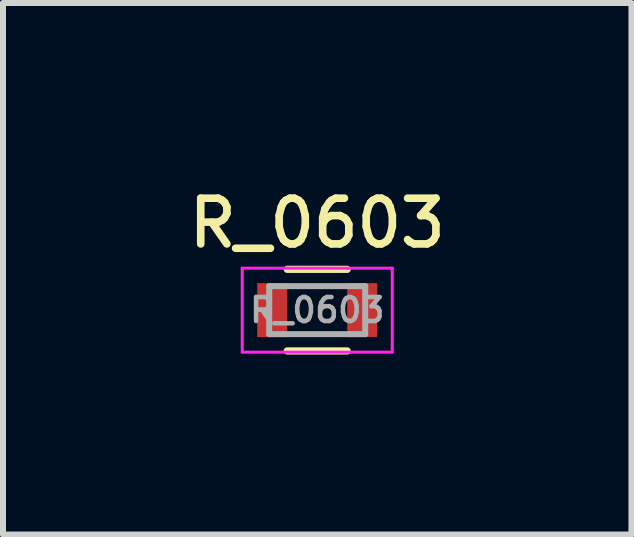
<source format=kicad_pcb>
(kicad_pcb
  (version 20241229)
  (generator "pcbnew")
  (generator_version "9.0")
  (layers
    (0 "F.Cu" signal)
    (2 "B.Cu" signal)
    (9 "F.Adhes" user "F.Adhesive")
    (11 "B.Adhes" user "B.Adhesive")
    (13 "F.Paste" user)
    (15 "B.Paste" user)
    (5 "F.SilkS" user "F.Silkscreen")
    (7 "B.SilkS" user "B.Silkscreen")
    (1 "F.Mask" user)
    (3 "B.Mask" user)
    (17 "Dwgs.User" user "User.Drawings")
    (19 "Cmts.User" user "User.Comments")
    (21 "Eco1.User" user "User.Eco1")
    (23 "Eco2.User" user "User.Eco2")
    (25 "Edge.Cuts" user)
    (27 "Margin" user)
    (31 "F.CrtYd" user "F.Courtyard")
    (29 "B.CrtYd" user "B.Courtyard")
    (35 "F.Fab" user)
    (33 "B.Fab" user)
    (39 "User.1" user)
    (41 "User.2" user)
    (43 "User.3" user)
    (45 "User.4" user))
  (footprint "R_0603"
    (layer "F.Cu")
    (at 2.237 2.119)
    (property "Reference" "R_0603" (at 0 -1.45 0) (layer "F.SilkS") (effects (font (size 0.762 0.762) (thickness 0.127))))
    (attr smd)
    (fp_line (start -0.5 -0.68) (end 0.5 -0.68) (stroke (width 0.12) (type solid)) (layer "F.SilkS"))
    (fp_line (start 0.5 0.68) (end -0.5 0.68) (stroke (width 0.12) (type solid)) (layer "F.SilkS"))
    (fp_line (start -1.25 -0.7) (end -1.25 0.7) (stroke (width 0.05) (type solid)) (layer "F.CrtYd"))
    (fp_line (start -1.25 -0.7) (end 1.25 -0.7) (stroke (width 0.05) (type solid)) (layer "F.CrtYd"))
    (fp_line (start 1.25 0.7) (end -1.25 0.7) (stroke (width 0.05) (type solid)) (layer "F.CrtYd"))
    (fp_line (start 1.25 0.7) (end 1.25 -0.7) (stroke (width 0.05) (type solid)) (layer "F.CrtYd"))
    (fp_line (start -0.8 -0.4) (end 0.8 -0.4) (stroke (width 0.1) (type solid)) (layer "F.Fab"))
    (fp_line (start -0.8 0.4) (end -0.8 -0.4) (stroke (width 0.1) (type solid)) (layer "F.Fab"))
    (fp_line (start 0.8 -0.4) (end 0.8 0.4) (stroke (width 0.1) (type solid)) (layer "F.Fab"))
    (fp_line (start 0.8 0.4) (end -0.8 0.4) (stroke (width 0.1) (type solid)) (layer "F.Fab"))
    (fp_text user "${REFERENCE}" (at 0 0 0) (layer "F.Fab") (effects (font (size 0.4 0.4) (thickness 0.075))))
    (pad "1" smd rect (at -0.75 0) (size 0.5 0.9) (layers "F.Cu" "F.Mask" "F.Paste"))
    (pad "2" smd rect (at 0.75 0) (size 0.5 0.9) (layers "F.Cu" "F.Mask" "F.Paste")))
  (gr_rect
    (start -3 -3)
    (end 7.474 5.859)
    (stroke (width 0.1) (type default))
    (fill no)
    (layer "Edge.Cuts")))
</source>
